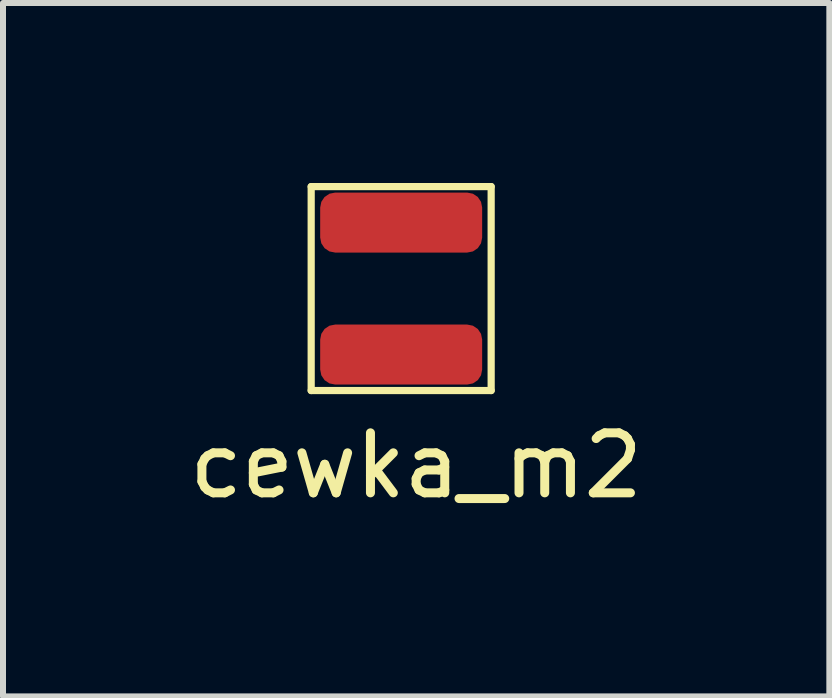
<source format=kicad_pcb>
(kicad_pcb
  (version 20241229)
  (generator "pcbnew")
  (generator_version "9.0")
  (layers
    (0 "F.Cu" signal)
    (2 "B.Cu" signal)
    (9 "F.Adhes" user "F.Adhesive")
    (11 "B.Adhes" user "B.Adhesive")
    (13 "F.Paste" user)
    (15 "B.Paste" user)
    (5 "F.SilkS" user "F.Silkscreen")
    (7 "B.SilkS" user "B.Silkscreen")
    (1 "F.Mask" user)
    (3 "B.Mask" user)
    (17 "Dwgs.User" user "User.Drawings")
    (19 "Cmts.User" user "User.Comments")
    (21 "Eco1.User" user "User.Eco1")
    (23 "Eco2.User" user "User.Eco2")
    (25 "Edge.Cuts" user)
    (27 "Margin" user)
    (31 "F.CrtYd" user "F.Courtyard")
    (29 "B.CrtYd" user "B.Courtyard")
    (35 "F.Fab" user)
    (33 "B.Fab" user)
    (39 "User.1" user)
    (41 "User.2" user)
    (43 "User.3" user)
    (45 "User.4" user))
  (footprint "cewka_m2"
    (layer "F.Cu")
    (at 3.637 1.76)
    (property "Reference" "cewka_m2" (at 0.25 2.95 0) (layer "F.SilkS") (effects (font (size 1 1) (thickness 0.15))))
    (attr through_hole)
    (fp_line (start -1.5 -1.7) (end -1.5 1.7) (stroke (width 0.12) (type solid)) (layer "F.SilkS"))
    (fp_line (start -1.5 -1.7) (end 1.5 -1.7) (stroke (width 0.12) (type solid)) (layer "F.SilkS"))
    (fp_line (start -1.5 1.7) (end 1.5 1.7) (stroke (width 0.12) (type solid)) (layer "F.SilkS"))
    (fp_line (start 1.5 -1.7) (end 1.5 1.7) (stroke (width 0.12) (type solid)) (layer "F.SilkS"))
    (pad "1" smd roundrect (at 0 -1.1) (size 2.7 1) (layers "F.Cu" "F.Mask" "F.Paste") (roundrect_rratio 0.25))
    (pad "2" smd roundrect (at 0 1.1) (size 2.7 1) (layers "F.Cu" "F.Mask" "F.Paste") (roundrect_rratio 0.25)))
  (gr_rect
    (start -3 -3)
    (end 10.774 8.558)
    (stroke (width 0.1) (type default))
    (fill no)
    (layer "Edge.Cuts")))
</source>
